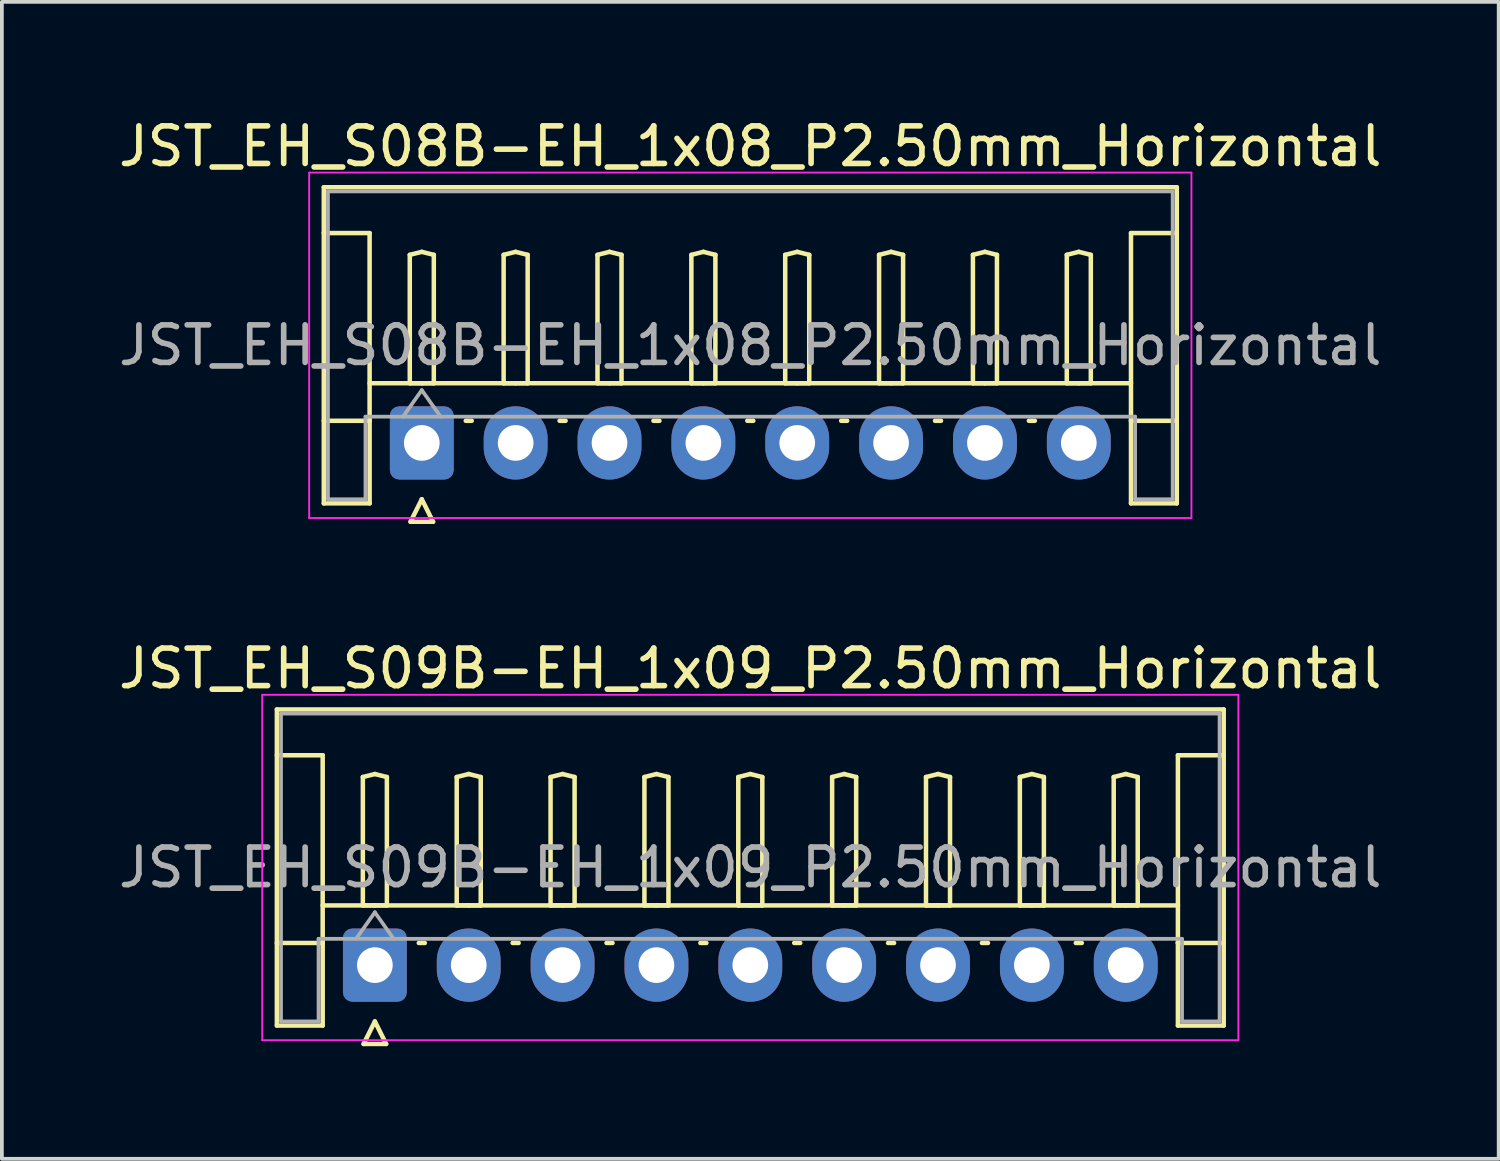
<source format=kicad_pcb>
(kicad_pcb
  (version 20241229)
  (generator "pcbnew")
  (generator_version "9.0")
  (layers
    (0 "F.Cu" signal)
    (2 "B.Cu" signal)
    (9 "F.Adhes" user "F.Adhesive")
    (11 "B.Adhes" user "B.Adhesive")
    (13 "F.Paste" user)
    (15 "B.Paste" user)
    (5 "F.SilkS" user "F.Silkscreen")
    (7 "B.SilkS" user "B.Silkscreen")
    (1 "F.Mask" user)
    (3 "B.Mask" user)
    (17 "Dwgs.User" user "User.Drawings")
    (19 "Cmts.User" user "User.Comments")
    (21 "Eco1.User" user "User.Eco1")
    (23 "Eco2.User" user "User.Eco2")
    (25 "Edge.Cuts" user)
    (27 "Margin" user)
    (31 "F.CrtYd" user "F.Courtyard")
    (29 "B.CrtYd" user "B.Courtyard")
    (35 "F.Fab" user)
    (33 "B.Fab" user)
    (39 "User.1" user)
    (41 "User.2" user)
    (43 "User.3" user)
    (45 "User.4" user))
  (footprint "JST_EH_S09B-EH_1x09_P2.50mm_Horizontal"
    (layer "F.Cu")
    (at 6.935 22.657)
    (property "Reference" "JST_EH_S09B-EH_1x09_P2.50mm_Horizontal" (at 10 -7.9 0) (layer "F.SilkS") (effects (font (size 1 1) (thickness 0.15))))
    (attr through_hole)
    (fp_line (start -2.61 -6.81) (end 22.61 -6.81) (stroke (width 0.12) (type solid)) (layer "F.SilkS"))
    (fp_line (start -2.61 -5.59) (end -1.39 -5.59) (stroke (width 0.12) (type solid)) (layer "F.SilkS"))
    (fp_line (start -2.61 1.61) (end -2.61 -6.81) (stroke (width 0.12) (type solid)) (layer "F.SilkS"))
    (fp_line (start -1.39 -5.59) (end -1.39 -0.59) (stroke (width 0.12) (type solid)) (layer "F.SilkS"))
    (fp_line (start -1.39 -1.59) (end 21.39 -1.59) (stroke (width 0.12) (type solid)) (layer "F.SilkS"))
    (fp_line (start -1.39 -0.59) (end -2.61 -0.59) (stroke (width 0.12) (type solid)) (layer "F.SilkS"))
    (fp_line (start -1.39 -0.59) (end -1.39 1.61) (stroke (width 0.12) (type solid)) (layer "F.SilkS"))
    (fp_line (start -1.39 1.61) (end -2.61 1.61) (stroke (width 0.12) (type solid)) (layer "F.SilkS"))
    (fp_line (start -0.32 -5.01) (end 0 -5.09) (stroke (width 0.12) (type solid)) (layer "F.SilkS"))
    (fp_line (start -0.32 -1.59) (end -0.32 -5.01) (stroke (width 0.12) (type solid)) (layer "F.SilkS"))
    (fp_line (start -0.3 2.1) (end 0.3 2.1) (stroke (width 0.12) (type solid)) (layer "F.SilkS"))
    (fp_line (start 0 -5.09) (end 0.32 -5.01) (stroke (width 0.12) (type solid)) (layer "F.SilkS"))
    (fp_line (start 0 -1.59) (end -0.32 -1.59) (stroke (width 0.12) (type solid)) (layer "F.SilkS"))
    (fp_line (start 0 1.5) (end -0.3 2.1) (stroke (width 0.12) (type solid)) (layer "F.SilkS"))
    (fp_line (start 0.3 2.1) (end 0 1.5) (stroke (width 0.12) (type solid)) (layer "F.SilkS"))
    (fp_line (start 0.32 -5.01) (end 0.32 -1.59) (stroke (width 0.12) (type solid)) (layer "F.SilkS"))
    (fp_line (start 0.32 -1.59) (end 0 -1.59) (stroke (width 0.12) (type solid)) (layer "F.SilkS"))
    (fp_line (start 1.17 -0.59) (end 1.33 -0.59) (stroke (width 0.12) (type solid)) (layer "F.SilkS"))
    (fp_line (start 2.18 -5.01) (end 2.5 -5.09) (stroke (width 0.12) (type solid)) (layer "F.SilkS"))
    (fp_line (start 2.18 -1.59) (end 2.18 -5.01) (stroke (width 0.12) (type solid)) (layer "F.SilkS"))
    (fp_line (start 2.5 -5.09) (end 2.82 -5.01) (stroke (width 0.12) (type solid)) (layer "F.SilkS"))
    (fp_line (start 2.5 -1.59) (end 2.18 -1.59) (stroke (width 0.12) (type solid)) (layer "F.SilkS"))
    (fp_line (start 2.82 -5.01) (end 2.82 -1.59) (stroke (width 0.12) (type solid)) (layer "F.SilkS"))
    (fp_line (start 2.82 -1.59) (end 2.5 -1.59) (stroke (width 0.12) (type solid)) (layer "F.SilkS"))
    (fp_line (start 3.67 -0.59) (end 3.83 -0.59) (stroke (width 0.12) (type solid)) (layer "F.SilkS"))
    (fp_line (start 4.68 -5.01) (end 5 -5.09) (stroke (width 0.12) (type solid)) (layer "F.SilkS"))
    (fp_line (start 4.68 -1.59) (end 4.68 -5.01) (stroke (width 0.12) (type solid)) (layer "F.SilkS"))
    (fp_line (start 5 -5.09) (end 5.32 -5.01) (stroke (width 0.12) (type solid)) (layer "F.SilkS"))
    (fp_line (start 5 -1.59) (end 4.68 -1.59) (stroke (width 0.12) (type solid)) (layer "F.SilkS"))
    (fp_line (start 5.32 -5.01) (end 5.32 -1.59) (stroke (width 0.12) (type solid)) (layer "F.SilkS"))
    (fp_line (start 5.32 -1.59) (end 5 -1.59) (stroke (width 0.12) (type solid)) (layer "F.SilkS"))
    (fp_line (start 6.17 -0.59) (end 6.33 -0.59) (stroke (width 0.12) (type solid)) (layer "F.SilkS"))
    (fp_line (start 7.18 -5.01) (end 7.5 -5.09) (stroke (width 0.12) (type solid)) (layer "F.SilkS"))
    (fp_line (start 7.18 -1.59) (end 7.18 -5.01) (stroke (width 0.12) (type solid)) (layer "F.SilkS"))
    (fp_line (start 7.5 -5.09) (end 7.82 -5.01) (stroke (width 0.12) (type solid)) (layer "F.SilkS"))
    (fp_line (start 7.5 -1.59) (end 7.18 -1.59) (stroke (width 0.12) (type solid)) (layer "F.SilkS"))
    (fp_line (start 7.82 -5.01) (end 7.82 -1.59) (stroke (width 0.12) (type solid)) (layer "F.SilkS"))
    (fp_line (start 7.82 -1.59) (end 7.5 -1.59) (stroke (width 0.12) (type solid)) (layer "F.SilkS"))
    (fp_line (start 8.67 -0.59) (end 8.83 -0.59) (stroke (width 0.12) (type solid)) (layer "F.SilkS"))
    (fp_line (start 9.68 -5.01) (end 10 -5.09) (stroke (width 0.12) (type solid)) (layer "F.SilkS"))
    (fp_line (start 9.68 -1.59) (end 9.68 -5.01) (stroke (width 0.12) (type solid)) (layer "F.SilkS"))
    (fp_line (start 10 -5.09) (end 10.32 -5.01) (stroke (width 0.12) (type solid)) (layer "F.SilkS"))
    (fp_line (start 10 -1.59) (end 9.68 -1.59) (stroke (width 0.12) (type solid)) (layer "F.SilkS"))
    (fp_line (start 10.32 -5.01) (end 10.32 -1.59) (stroke (width 0.12) (type solid)) (layer "F.SilkS"))
    (fp_line (start 10.32 -1.59) (end 10 -1.59) (stroke (width 0.12) (type solid)) (layer "F.SilkS"))
    (fp_line (start 11.17 -0.59) (end 11.33 -0.59) (stroke (width 0.12) (type solid)) (layer "F.SilkS"))
    (fp_line (start 12.18 -5.01) (end 12.5 -5.09) (stroke (width 0.12) (type solid)) (layer "F.SilkS"))
    (fp_line (start 12.18 -1.59) (end 12.18 -5.01) (stroke (width 0.12) (type solid)) (layer "F.SilkS"))
    (fp_line (start 12.5 -5.09) (end 12.82 -5.01) (stroke (width 0.12) (type solid)) (layer "F.SilkS"))
    (fp_line (start 12.5 -1.59) (end 12.18 -1.59) (stroke (width 0.12) (type solid)) (layer "F.SilkS"))
    (fp_line (start 12.82 -5.01) (end 12.82 -1.59) (stroke (width 0.12) (type solid)) (layer "F.SilkS"))
    (fp_line (start 12.82 -1.59) (end 12.5 -1.59) (stroke (width 0.12) (type solid)) (layer "F.SilkS"))
    (fp_line (start 13.67 -0.59) (end 13.83 -0.59) (stroke (width 0.12) (type solid)) (layer "F.SilkS"))
    (fp_line (start 14.68 -5.01) (end 15 -5.09) (stroke (width 0.12) (type solid)) (layer "F.SilkS"))
    (fp_line (start 14.68 -1.59) (end 14.68 -5.01) (stroke (width 0.12) (type solid)) (layer "F.SilkS"))
    (fp_line (start 15 -5.09) (end 15.32 -5.01) (stroke (width 0.12) (type solid)) (layer "F.SilkS"))
    (fp_line (start 15 -1.59) (end 14.68 -1.59) (stroke (width 0.12) (type solid)) (layer "F.SilkS"))
    (fp_line (start 15.32 -5.01) (end 15.32 -1.59) (stroke (width 0.12) (type solid)) (layer "F.SilkS"))
    (fp_line (start 15.32 -1.59) (end 15 -1.59) (stroke (width 0.12) (type solid)) (layer "F.SilkS"))
    (fp_line (start 16.17 -0.59) (end 16.33 -0.59) (stroke (width 0.12) (type solid)) (layer "F.SilkS"))
    (fp_line (start 17.18 -5.01) (end 17.5 -5.09) (stroke (width 0.12) (type solid)) (layer "F.SilkS"))
    (fp_line (start 17.18 -1.59) (end 17.18 -5.01) (stroke (width 0.12) (type solid)) (layer "F.SilkS"))
    (fp_line (start 17.5 -5.09) (end 17.82 -5.01) (stroke (width 0.12) (type solid)) (layer "F.SilkS"))
    (fp_line (start 17.5 -1.59) (end 17.18 -1.59) (stroke (width 0.12) (type solid)) (layer "F.SilkS"))
    (fp_line (start 17.82 -5.01) (end 17.82 -1.59) (stroke (width 0.12) (type solid)) (layer "F.SilkS"))
    (fp_line (start 17.82 -1.59) (end 17.5 -1.59) (stroke (width 0.12) (type solid)) (layer "F.SilkS"))
    (fp_line (start 18.67 -0.59) (end 18.83 -0.59) (stroke (width 0.12) (type solid)) (layer "F.SilkS"))
    (fp_line (start 19.68 -5.01) (end 20 -5.09) (stroke (width 0.12) (type solid)) (layer "F.SilkS"))
    (fp_line (start 19.68 -1.59) (end 19.68 -5.01) (stroke (width 0.12) (type solid)) (layer "F.SilkS"))
    (fp_line (start 20 -5.09) (end 20.32 -5.01) (stroke (width 0.12) (type solid)) (layer "F.SilkS"))
    (fp_line (start 20 -1.59) (end 19.68 -1.59) (stroke (width 0.12) (type solid)) (layer "F.SilkS"))
    (fp_line (start 20.32 -5.01) (end 20.32 -1.59) (stroke (width 0.12) (type solid)) (layer "F.SilkS"))
    (fp_line (start 20.32 -1.59) (end 20 -1.59) (stroke (width 0.12) (type solid)) (layer "F.SilkS"))
    (fp_line (start 21.39 -5.59) (end 21.39 -0.59) (stroke (width 0.12) (type solid)) (layer "F.SilkS"))
    (fp_line (start 21.39 -0.59) (end 22.61 -0.59) (stroke (width 0.12) (type solid)) (layer "F.SilkS"))
    (fp_line (start 21.39 1.61) (end 21.39 -0.59) (stroke (width 0.12) (type solid)) (layer "F.SilkS"))
    (fp_line (start 22.61 -6.81) (end 22.61 1.61) (stroke (width 0.12) (type solid)) (layer "F.SilkS"))
    (fp_line (start 22.61 -5.59) (end 21.39 -5.59) (stroke (width 0.12) (type solid)) (layer "F.SilkS"))
    (fp_line (start 22.61 1.61) (end 21.39 1.61) (stroke (width 0.12) (type solid)) (layer "F.SilkS"))
    (fp_line (start -3 -7.2) (end -3 2) (stroke (width 0.05) (type solid)) (layer "F.CrtYd"))
    (fp_line (start -3 2) (end 23 2) (stroke (width 0.05) (type solid)) (layer "F.CrtYd"))
    (fp_line (start 23 -7.2) (end -3 -7.2) (stroke (width 0.05) (type solid)) (layer "F.CrtYd"))
    (fp_line (start 23 2) (end 23 -7.2) (stroke (width 0.05) (type solid)) (layer "F.CrtYd"))
    (fp_line (start -2.5 -6.7) (end 22.5 -6.7) (stroke (width 0.1) (type solid)) (layer "F.Fab"))
    (fp_line (start -2.5 1.5) (end -2.5 -6.7) (stroke (width 0.1) (type solid)) (layer "F.Fab"))
    (fp_line (start -1.5 -0.7) (end -1.5 1.5) (stroke (width 0.1) (type solid)) (layer "F.Fab"))
    (fp_line (start -1.5 1.5) (end -2.5 1.5) (stroke (width 0.1) (type solid)) (layer "F.Fab"))
    (fp_line (start -0.5 -0.7) (end 0 -1.407) (stroke (width 0.1) (type solid)) (layer "F.Fab"))
    (fp_line (start 0 -1.407) (end 0.5 -0.7) (stroke (width 0.1) (type solid)) (layer "F.Fab"))
    (fp_line (start 21.5 -0.7) (end -1.5 -0.7) (stroke (width 0.1) (type solid)) (layer "F.Fab"))
    (fp_line (start 21.5 1.5) (end 21.5 -0.7) (stroke (width 0.1) (type solid)) (layer "F.Fab"))
    (fp_line (start 22.5 -6.7) (end 22.5 1.5) (stroke (width 0.1) (type solid)) (layer "F.Fab"))
    (fp_line (start 22.5 1.5) (end 21.5 1.5) (stroke (width 0.1) (type solid)) (layer "F.Fab"))
    (fp_text user "${REFERENCE}" (at 10 -2.6 0) (layer "F.Fab") (effects (font (size 1 1) (thickness 0.15))))
    (pad "1" thru_hole roundrect (at 0 0) (size 1.7 1.95) (drill 0.95) (layers "*.Cu" "*.Mask") (roundrect_rratio 0.147))
    (pad "2" thru_hole oval (at 2.5 0) (size 1.7 1.95) (drill 0.95) (layers "*.Cu" "*.Mask"))
    (pad "3" thru_hole oval (at 5 0) (size 1.7 1.95) (drill 0.95) (layers "*.Cu" "*.Mask"))
    (pad "4" thru_hole oval (at 7.5 0) (size 1.7 1.95) (drill 0.95) (layers "*.Cu" "*.Mask"))
    (pad "5" thru_hole oval (at 10 0) (size 1.7 1.95) (drill 0.95) (layers "*.Cu" "*.Mask"))
    (pad "6" thru_hole oval (at 12.5 0) (size 1.7 1.95) (drill 0.95) (layers "*.Cu" "*.Mask"))
    (pad "7" thru_hole oval (at 15 0) (size 1.7 1.95) (drill 0.95) (layers "*.Cu" "*.Mask"))
    (pad "8" thru_hole oval (at 17.5 0) (size 1.7 1.95) (drill 0.95) (layers "*.Cu" "*.Mask"))
    (pad "9" thru_hole oval (at 20 0) (size 1.7 1.95) (drill 0.95) (layers "*.Cu" "*.Mask")))
  (footprint "JST_EH_S08B-EH_1x08_P2.50mm_Horizontal"
    (layer "F.Cu")
    (at 8.185 8.748)
    (property "Reference" "JST_EH_S08B-EH_1x08_P2.50mm_Horizontal" (at 8.75 -7.9 0) (layer "F.SilkS") (effects (font (size 1 1) (thickness 0.15))))
    (attr through_hole)
    (fp_line (start -2.61 -6.81) (end 20.11 -6.81) (stroke (width 0.12) (type solid)) (layer "F.SilkS"))
    (fp_line (start -2.61 -5.59) (end -1.39 -5.59) (stroke (width 0.12) (type solid)) (layer "F.SilkS"))
    (fp_line (start -2.61 1.61) (end -2.61 -6.81) (stroke (width 0.12) (type solid)) (layer "F.SilkS"))
    (fp_line (start -1.39 -5.59) (end -1.39 -0.59) (stroke (width 0.12) (type solid)) (layer "F.SilkS"))
    (fp_line (start -1.39 -1.59) (end 18.89 -1.59) (stroke (width 0.12) (type solid)) (layer "F.SilkS"))
    (fp_line (start -1.39 -0.59) (end -2.61 -0.59) (stroke (width 0.12) (type solid)) (layer "F.SilkS"))
    (fp_line (start -1.39 -0.59) (end -1.39 1.61) (stroke (width 0.12) (type solid)) (layer "F.SilkS"))
    (fp_line (start -1.39 1.61) (end -2.61 1.61) (stroke (width 0.12) (type solid)) (layer "F.SilkS"))
    (fp_line (start -0.32 -5.01) (end 0 -5.09) (stroke (width 0.12) (type solid)) (layer "F.SilkS"))
    (fp_line (start -0.32 -1.59) (end -0.32 -5.01) (stroke (width 0.12) (type solid)) (layer "F.SilkS"))
    (fp_line (start -0.3 2.1) (end 0.3 2.1) (stroke (width 0.12) (type solid)) (layer "F.SilkS"))
    (fp_line (start 0 -5.09) (end 0.32 -5.01) (stroke (width 0.12) (type solid)) (layer "F.SilkS"))
    (fp_line (start 0 -1.59) (end -0.32 -1.59) (stroke (width 0.12) (type solid)) (layer "F.SilkS"))
    (fp_line (start 0 1.5) (end -0.3 2.1) (stroke (width 0.12) (type solid)) (layer "F.SilkS"))
    (fp_line (start 0.3 2.1) (end 0 1.5) (stroke (width 0.12) (type solid)) (layer "F.SilkS"))
    (fp_line (start 0.32 -5.01) (end 0.32 -1.59) (stroke (width 0.12) (type solid)) (layer "F.SilkS"))
    (fp_line (start 0.32 -1.59) (end 0 -1.59) (stroke (width 0.12) (type solid)) (layer "F.SilkS"))
    (fp_line (start 1.17 -0.59) (end 1.33 -0.59) (stroke (width 0.12) (type solid)) (layer "F.SilkS"))
    (fp_line (start 2.18 -5.01) (end 2.5 -5.09) (stroke (width 0.12) (type solid)) (layer "F.SilkS"))
    (fp_line (start 2.18 -1.59) (end 2.18 -5.01) (stroke (width 0.12) (type solid)) (layer "F.SilkS"))
    (fp_line (start 2.5 -5.09) (end 2.82 -5.01) (stroke (width 0.12) (type solid)) (layer "F.SilkS"))
    (fp_line (start 2.5 -1.59) (end 2.18 -1.59) (stroke (width 0.12) (type solid)) (layer "F.SilkS"))
    (fp_line (start 2.82 -5.01) (end 2.82 -1.59) (stroke (width 0.12) (type solid)) (layer "F.SilkS"))
    (fp_line (start 2.82 -1.59) (end 2.5 -1.59) (stroke (width 0.12) (type solid)) (layer "F.SilkS"))
    (fp_line (start 3.67 -0.59) (end 3.83 -0.59) (stroke (width 0.12) (type solid)) (layer "F.SilkS"))
    (fp_line (start 4.68 -5.01) (end 5 -5.09) (stroke (width 0.12) (type solid)) (layer "F.SilkS"))
    (fp_line (start 4.68 -1.59) (end 4.68 -5.01) (stroke (width 0.12) (type solid)) (layer "F.SilkS"))
    (fp_line (start 5 -5.09) (end 5.32 -5.01) (stroke (width 0.12) (type solid)) (layer "F.SilkS"))
    (fp_line (start 5 -1.59) (end 4.68 -1.59) (stroke (width 0.12) (type solid)) (layer "F.SilkS"))
    (fp_line (start 5.32 -5.01) (end 5.32 -1.59) (stroke (width 0.12) (type solid)) (layer "F.SilkS"))
    (fp_line (start 5.32 -1.59) (end 5 -1.59) (stroke (width 0.12) (type solid)) (layer "F.SilkS"))
    (fp_line (start 6.17 -0.59) (end 6.33 -0.59) (stroke (width 0.12) (type solid)) (layer "F.SilkS"))
    (fp_line (start 7.18 -5.01) (end 7.5 -5.09) (stroke (width 0.12) (type solid)) (layer "F.SilkS"))
    (fp_line (start 7.18 -1.59) (end 7.18 -5.01) (stroke (width 0.12) (type solid)) (layer "F.SilkS"))
    (fp_line (start 7.5 -5.09) (end 7.82 -5.01) (stroke (width 0.12) (type solid)) (layer "F.SilkS"))
    (fp_line (start 7.5 -1.59) (end 7.18 -1.59) (stroke (width 0.12) (type solid)) (layer "F.SilkS"))
    (fp_line (start 7.82 -5.01) (end 7.82 -1.59) (stroke (width 0.12) (type solid)) (layer "F.SilkS"))
    (fp_line (start 7.82 -1.59) (end 7.5 -1.59) (stroke (width 0.12) (type solid)) (layer "F.SilkS"))
    (fp_line (start 8.67 -0.59) (end 8.83 -0.59) (stroke (width 0.12) (type solid)) (layer "F.SilkS"))
    (fp_line (start 9.68 -5.01) (end 10 -5.09) (stroke (width 0.12) (type solid)) (layer "F.SilkS"))
    (fp_line (start 9.68 -1.59) (end 9.68 -5.01) (stroke (width 0.12) (type solid)) (layer "F.SilkS"))
    (fp_line (start 10 -5.09) (end 10.32 -5.01) (stroke (width 0.12) (type solid)) (layer "F.SilkS"))
    (fp_line (start 10 -1.59) (end 9.68 -1.59) (stroke (width 0.12) (type solid)) (layer "F.SilkS"))
    (fp_line (start 10.32 -5.01) (end 10.32 -1.59) (stroke (width 0.12) (type solid)) (layer "F.SilkS"))
    (fp_line (start 10.32 -1.59) (end 10 -1.59) (stroke (width 0.12) (type solid)) (layer "F.SilkS"))
    (fp_line (start 11.17 -0.59) (end 11.33 -0.59) (stroke (width 0.12) (type solid)) (layer "F.SilkS"))
    (fp_line (start 12.18 -5.01) (end 12.5 -5.09) (stroke (width 0.12) (type solid)) (layer "F.SilkS"))
    (fp_line (start 12.18 -1.59) (end 12.18 -5.01) (stroke (width 0.12) (type solid)) (layer "F.SilkS"))
    (fp_line (start 12.5 -5.09) (end 12.82 -5.01) (stroke (width 0.12) (type solid)) (layer "F.SilkS"))
    (fp_line (start 12.5 -1.59) (end 12.18 -1.59) (stroke (width 0.12) (type solid)) (layer "F.SilkS"))
    (fp_line (start 12.82 -5.01) (end 12.82 -1.59) (stroke (width 0.12) (type solid)) (layer "F.SilkS"))
    (fp_line (start 12.82 -1.59) (end 12.5 -1.59) (stroke (width 0.12) (type solid)) (layer "F.SilkS"))
    (fp_line (start 13.67 -0.59) (end 13.83 -0.59) (stroke (width 0.12) (type solid)) (layer "F.SilkS"))
    (fp_line (start 14.68 -5.01) (end 15 -5.09) (stroke (width 0.12) (type solid)) (layer "F.SilkS"))
    (fp_line (start 14.68 -1.59) (end 14.68 -5.01) (stroke (width 0.12) (type solid)) (layer "F.SilkS"))
    (fp_line (start 15 -5.09) (end 15.32 -5.01) (stroke (width 0.12) (type solid)) (layer "F.SilkS"))
    (fp_line (start 15 -1.59) (end 14.68 -1.59) (stroke (width 0.12) (type solid)) (layer "F.SilkS"))
    (fp_line (start 15.32 -5.01) (end 15.32 -1.59) (stroke (width 0.12) (type solid)) (layer "F.SilkS"))
    (fp_line (start 15.32 -1.59) (end 15 -1.59) (stroke (width 0.12) (type solid)) (layer "F.SilkS"))
    (fp_line (start 16.17 -0.59) (end 16.33 -0.59) (stroke (width 0.12) (type solid)) (layer "F.SilkS"))
    (fp_line (start 17.18 -5.01) (end 17.5 -5.09) (stroke (width 0.12) (type solid)) (layer "F.SilkS"))
    (fp_line (start 17.18 -1.59) (end 17.18 -5.01) (stroke (width 0.12) (type solid)) (layer "F.SilkS"))
    (fp_line (start 17.5 -5.09) (end 17.82 -5.01) (stroke (width 0.12) (type solid)) (layer "F.SilkS"))
    (fp_line (start 17.5 -1.59) (end 17.18 -1.59) (stroke (width 0.12) (type solid)) (layer "F.SilkS"))
    (fp_line (start 17.82 -5.01) (end 17.82 -1.59) (stroke (width 0.12) (type solid)) (layer "F.SilkS"))
    (fp_line (start 17.82 -1.59) (end 17.5 -1.59) (stroke (width 0.12) (type solid)) (layer "F.SilkS"))
    (fp_line (start 18.89 -5.59) (end 18.89 -0.59) (stroke (width 0.12) (type solid)) (layer "F.SilkS"))
    (fp_line (start 18.89 -0.59) (end 20.11 -0.59) (stroke (width 0.12) (type solid)) (layer "F.SilkS"))
    (fp_line (start 18.89 1.61) (end 18.89 -0.59) (stroke (width 0.12) (type solid)) (layer "F.SilkS"))
    (fp_line (start 20.11 -6.81) (end 20.11 1.61) (stroke (width 0.12) (type solid)) (layer "F.SilkS"))
    (fp_line (start 20.11 -5.59) (end 18.89 -5.59) (stroke (width 0.12) (type solid)) (layer "F.SilkS"))
    (fp_line (start 20.11 1.61) (end 18.89 1.61) (stroke (width 0.12) (type solid)) (layer "F.SilkS"))
    (fp_line (start -3 -7.2) (end -3 2) (stroke (width 0.05) (type solid)) (layer "F.CrtYd"))
    (fp_line (start -3 2) (end 20.5 2) (stroke (width 0.05) (type solid)) (layer "F.CrtYd"))
    (fp_line (start 20.5 -7.2) (end -3 -7.2) (stroke (width 0.05) (type solid)) (layer "F.CrtYd"))
    (fp_line (start 20.5 2) (end 20.5 -7.2) (stroke (width 0.05) (type solid)) (layer "F.CrtYd"))
    (fp_line (start -2.5 -6.7) (end 20 -6.7) (stroke (width 0.1) (type solid)) (layer "F.Fab"))
    (fp_line (start -2.5 1.5) (end -2.5 -6.7) (stroke (width 0.1) (type solid)) (layer "F.Fab"))
    (fp_line (start -1.5 -0.7) (end -1.5 1.5) (stroke (width 0.1) (type solid)) (layer "F.Fab"))
    (fp_line (start -1.5 1.5) (end -2.5 1.5) (stroke (width 0.1) (type solid)) (layer "F.Fab"))
    (fp_line (start -0.5 -0.7) (end 0 -1.407) (stroke (width 0.1) (type solid)) (layer "F.Fab"))
    (fp_line (start 0 -1.407) (end 0.5 -0.7) (stroke (width 0.1) (type solid)) (layer "F.Fab"))
    (fp_line (start 19 -0.7) (end -1.5 -0.7) (stroke (width 0.1) (type solid)) (layer "F.Fab"))
    (fp_line (start 19 1.5) (end 19 -0.7) (stroke (width 0.1) (type solid)) (layer "F.Fab"))
    (fp_line (start 20 -6.7) (end 20 1.5) (stroke (width 0.1) (type solid)) (layer "F.Fab"))
    (fp_line (start 20 1.5) (end 19 1.5) (stroke (width 0.1) (type solid)) (layer "F.Fab"))
    (fp_text user "${REFERENCE}" (at 8.75 -2.6 0) (layer "F.Fab") (effects (font (size 1 1) (thickness 0.15))))
    (pad "1" thru_hole roundrect (at 0 0) (size 1.7 1.95) (drill 0.95) (layers "*.Cu" "*.Mask") (roundrect_rratio 0.147))
    (pad "2" thru_hole oval (at 2.5 0) (size 1.7 1.95) (drill 0.95) (layers "*.Cu" "*.Mask"))
    (pad "3" thru_hole oval (at 5 0) (size 1.7 1.95) (drill 0.95) (layers "*.Cu" "*.Mask"))
    (pad "4" thru_hole oval (at 7.5 0) (size 1.7 1.95) (drill 0.95) (layers "*.Cu" "*.Mask"))
    (pad "5" thru_hole oval (at 10 0) (size 1.7 1.95) (drill 0.95) (layers "*.Cu" "*.Mask"))
    (pad "6" thru_hole oval (at 12.5 0) (size 1.7 1.95) (drill 0.95) (layers "*.Cu" "*.Mask"))
    (pad "7" thru_hole oval (at 15 0) (size 1.7 1.95) (drill 0.95) (layers "*.Cu" "*.Mask"))
    (pad "8" thru_hole oval (at 17.5 0) (size 1.7 1.95) (drill 0.95) (layers "*.Cu" "*.Mask")))
  (gr_rect
    (start -3 -3)
    (end 36.869 27.817)
    (stroke (width 0.1) (type default))
    (fill no)
    (layer "Edge.Cuts")))
</source>
